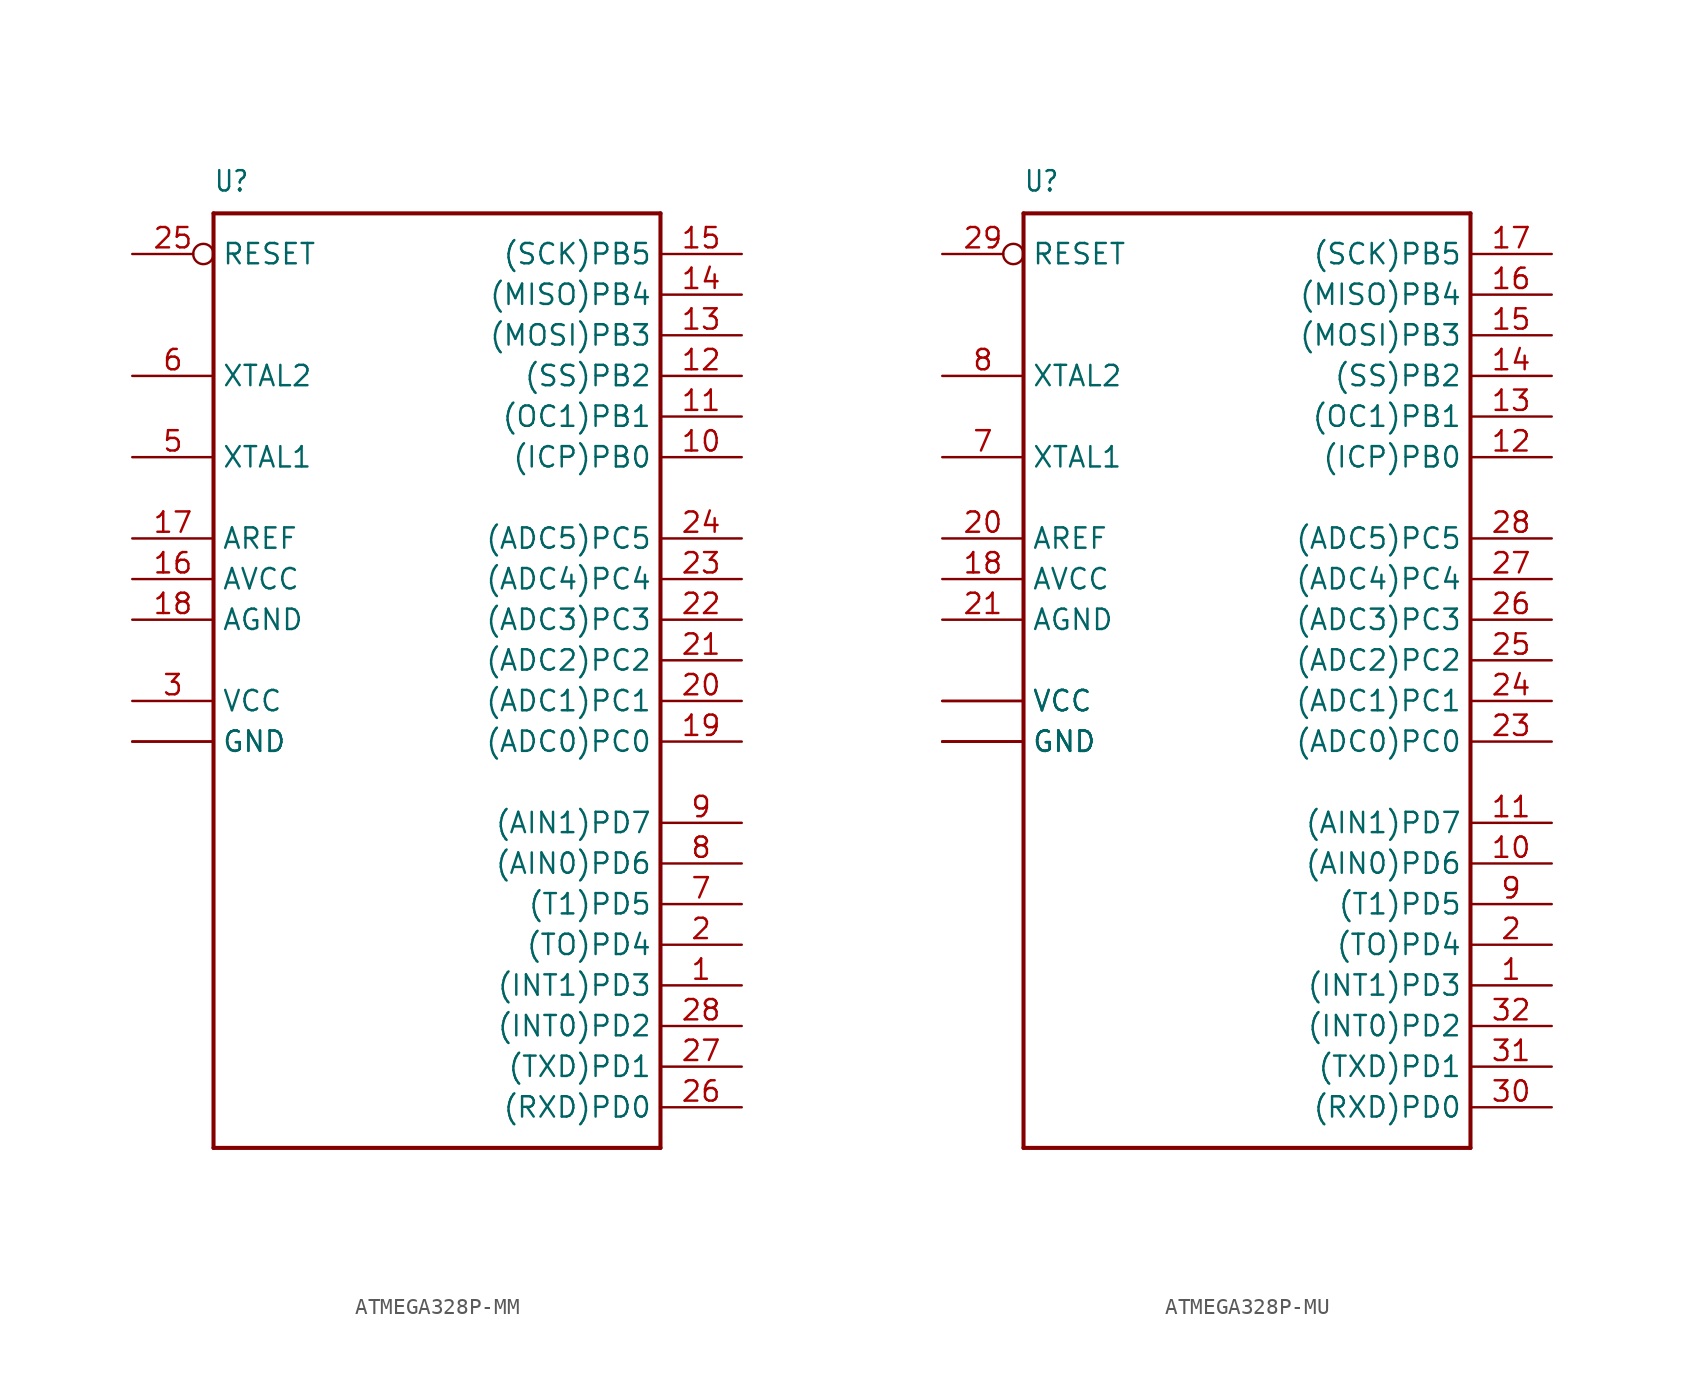
<source format=kicad_sym>
(kicad_symbol_lib
  (version 20220914)
  (generator kicad_symbol_editor)
  (symbol "ATMEGA328P-MM"
    (property "Reference" "U"
      (at -15.24 29.21 0)
      (effects (font (size 1.27 1.079)) (justify left bottom)))
    (property "Value" ""
      (at -15.24 -33.02 0)
      (effects (font (size 1.27 1.079)) (justify left bottom)))
    (property "ki_locked" ""
      (at 0 0 0)
      (effects (font (size 1.27 1.27))))
    (symbol "ATMEGA328P-MM_1_0"
      (polyline (pts (xy -15.24 -30.48) (xy -15.24 27.94)) (stroke (width 0.254) (type solid)) (fill (type none)))
      (polyline (pts (xy -15.24 27.94) (xy 12.7 27.94)) (stroke (width 0.254) (type solid)) (fill (type none)))
      (polyline (pts (xy 12.7 -30.48) (xy -15.24 -30.48)) (stroke (width 0.254) (type solid)) (fill (type none)))
      (polyline (pts (xy 12.7 27.94) (xy 12.7 -30.48)) (stroke (width 0.254) (type solid)) (fill (type none)))
      (pin bidirectional line (at 17.78 -20.32 180) (length 5.08) (name "(INT1)PD3" (effects (font (size 1.27 1.27)))) (number "1" (effects (font (size 1.27 1.27)))))
      (pin bidirectional line (at 17.78 12.7 180) (length 5.08) (name "(ICP)PB0" (effects (font (size 1.27 1.27)))) (number "10" (effects (font (size 1.27 1.27)))))
      (pin bidirectional line (at 17.78 15.24 180) (length 5.08) (name "(OC1)PB1" (effects (font (size 1.27 1.27)))) (number "11" (effects (font (size 1.27 1.27)))))
      (pin bidirectional line (at 17.78 17.78 180) (length 5.08) (name "(SS)PB2" (effects (font (size 1.27 1.27)))) (number "12" (effects (font (size 1.27 1.27)))))
      (pin bidirectional line (at 17.78 20.32 180) (length 5.08) (name "(MOSI)PB3" (effects (font (size 1.27 1.27)))) (number "13" (effects (font (size 1.27 1.27)))))
      (pin bidirectional line (at 17.78 22.86 180) (length 5.08) (name "(MISO)PB4" (effects (font (size 1.27 1.27)))) (number "14" (effects (font (size 1.27 1.27)))))
      (pin bidirectional line (at 17.78 25.4 180) (length 5.08) (name "(SCK)PB5" (effects (font (size 1.27 1.27)))) (number "15" (effects (font (size 1.27 1.27)))))
      (pin power_in line (at -20.32 5.08 0) (length 5.08) (name "AVCC" (effects (font (size 1.27 1.27)))) (number "16" (effects (font (size 1.27 1.27)))))
      (pin power_in line (at -20.32 7.62 0) (length 5.08) (name "AREF" (effects (font (size 1.27 1.27)))) (number "17" (effects (font (size 1.27 1.27)))))
      (pin power_in line (at -20.32 2.54 0) (length 5.08) (name "AGND" (effects (font (size 1.27 1.27)))) (number "18" (effects (font (size 1.27 1.27)))))
      (pin bidirectional line (at 17.78 -5.08 180) (length 5.08) (name "(ADC0)PC0" (effects (font (size 1.27 1.27)))) (number "19" (effects (font (size 1.27 1.27)))))
      (pin bidirectional line (at 17.78 -17.78 180) (length 5.08) (name "(TO)PD4" (effects (font (size 1.27 1.27)))) (number "2" (effects (font (size 1.27 1.27)))))
      (pin bidirectional line (at 17.78 -2.54 180) (length 5.08) (name "(ADC1)PC1" (effects (font (size 1.27 1.27)))) (number "20" (effects (font (size 1.27 1.27)))))
      (pin bidirectional line (at 17.78 0 180) (length 5.08) (name "(ADC2)PC2" (effects (font (size 1.27 1.27)))) (number "21" (effects (font (size 1.27 1.27)))))
      (pin bidirectional line (at 17.78 2.54 180) (length 5.08) (name "(ADC3)PC3" (effects (font (size 1.27 1.27)))) (number "22" (effects (font (size 1.27 1.27)))))
      (pin bidirectional line (at 17.78 5.08 180) (length 5.08) (name "(ADC4)PC4" (effects (font (size 1.27 1.27)))) (number "23" (effects (font (size 1.27 1.27)))))
      (pin bidirectional line (at 17.78 7.62 180) (length 5.08) (name "(ADC5)PC5" (effects (font (size 1.27 1.27)))) (number "24" (effects (font (size 1.27 1.27)))))
      (pin bidirectional inverted (at -20.32 25.4 0) (length 5.08) (name "RESET" (effects (font (size 1.27 1.27)))) (number "25" (effects (font (size 1.27 1.27)))))
      (pin bidirectional line (at 17.78 -27.94 180) (length 5.08) (name "(RXD)PD0" (effects (font (size 1.27 1.27)))) (number "26" (effects (font (size 1.27 1.27)))))
      (pin bidirectional line (at 17.78 -25.4 180) (length 5.08) (name "(TXD)PD1" (effects (font (size 1.27 1.27)))) (number "27" (effects (font (size 1.27 1.27)))))
      (pin bidirectional line (at 17.78 -22.86 180) (length 5.08) (name "(INT0)PD2" (effects (font (size 1.27 1.27)))) (number "28" (effects (font (size 1.27 1.27)))))
      (pin power_in line (at -20.32 -5.08 0) (length 5.08) (name "GND" (effects (font (size 1.27 1.27)))) (number "29" (effects (font (size 0 0)))))
      (pin power_in line (at -20.32 -2.54 0) (length 5.08) (name "VCC" (effects (font (size 1.27 1.27)))) (number "3" (effects (font (size 1.27 1.27)))))
      (pin power_in line (at -20.32 -5.08 0) (length 5.08) (name "GND" (effects (font (size 1.27 1.27)))) (number "4" (effects (font (size 0 0)))))
      (pin bidirectional line (at -20.32 12.7 0) (length 5.08) (name "XTAL1" (effects (font (size 1.27 1.27)))) (number "5" (effects (font (size 1.27 1.27)))))
      (pin bidirectional line (at -20.32 17.78 0) (length 5.08) (name "XTAL2" (effects (font (size 1.27 1.27)))) (number "6" (effects (font (size 1.27 1.27)))))
      (pin bidirectional line (at 17.78 -15.24 180) (length 5.08) (name "(T1)PD5" (effects (font (size 1.27 1.27)))) (number "7" (effects (font (size 1.27 1.27)))))
      (pin bidirectional line (at 17.78 -12.7 180) (length 5.08) (name "(AIN0)PD6" (effects (font (size 1.27 1.27)))) (number "8" (effects (font (size 1.27 1.27)))))
      (pin bidirectional line (at 17.78 -10.16 180) (length 5.08) (name "(AIN1)PD7" (effects (font (size 1.27 1.27)))) (number "9" (effects (font (size 1.27 1.27)))))))
  (symbol "ATMEGA328P-MU"
    (property "Reference" "U"
      (at -15.24 29.21 0)
      (effects (font (size 1.27 1.079)) (justify left bottom)))
    (property "Value" ""
      (at -15.24 -33.02 0)
      (effects (font (size 1.27 1.079)) (justify left bottom)))
    (property "ki_locked" ""
      (at 0 0 0)
      (effects (font (size 1.27 1.27))))
    (symbol "ATMEGA328P-MU_1_0"
      (polyline (pts (xy -15.24 -30.48) (xy -15.24 27.94)) (stroke (width 0.254) (type solid)) (fill (type none)))
      (polyline (pts (xy -15.24 27.94) (xy 12.7 27.94)) (stroke (width 0.254) (type solid)) (fill (type none)))
      (polyline (pts (xy 12.7 -30.48) (xy -15.24 -30.48)) (stroke (width 0.254) (type solid)) (fill (type none)))
      (polyline (pts (xy 12.7 27.94) (xy 12.7 -30.48)) (stroke (width 0.254) (type solid)) (fill (type none)))
      (pin bidirectional line (at 17.78 -20.32 180) (length 5.08) (name "(INT1)PD3" (effects (font (size 1.27 1.27)))) (number "1" (effects (font (size 1.27 1.27)))))
      (pin bidirectional line (at 17.78 -12.7 180) (length 5.08) (name "(AIN0)PD6" (effects (font (size 1.27 1.27)))) (number "10" (effects (font (size 1.27 1.27)))))
      (pin bidirectional line (at 17.78 -10.16 180) (length 5.08) (name "(AIN1)PD7" (effects (font (size 1.27 1.27)))) (number "11" (effects (font (size 1.27 1.27)))))
      (pin bidirectional line (at 17.78 12.7 180) (length 5.08) (name "(ICP)PB0" (effects (font (size 1.27 1.27)))) (number "12" (effects (font (size 1.27 1.27)))))
      (pin bidirectional line (at 17.78 15.24 180) (length 5.08) (name "(OC1)PB1" (effects (font (size 1.27 1.27)))) (number "13" (effects (font (size 1.27 1.27)))))
      (pin bidirectional line (at 17.78 17.78 180) (length 5.08) (name "(SS)PB2" (effects (font (size 1.27 1.27)))) (number "14" (effects (font (size 1.27 1.27)))))
      (pin bidirectional line (at 17.78 20.32 180) (length 5.08) (name "(MOSI)PB3" (effects (font (size 1.27 1.27)))) (number "15" (effects (font (size 1.27 1.27)))))
      (pin bidirectional line (at 17.78 22.86 180) (length 5.08) (name "(MISO)PB4" (effects (font (size 1.27 1.27)))) (number "16" (effects (font (size 1.27 1.27)))))
      (pin bidirectional line (at 17.78 25.4 180) (length 5.08) (name "(SCK)PB5" (effects (font (size 1.27 1.27)))) (number "17" (effects (font (size 1.27 1.27)))))
      (pin power_in line (at -20.32 5.08 0) (length 5.08) (name "AVCC" (effects (font (size 1.27 1.27)))) (number "18" (effects (font (size 1.27 1.27)))))
      (pin bidirectional line (at 17.78 -17.78 180) (length 5.08) (name "(TO)PD4" (effects (font (size 1.27 1.27)))) (number "2" (effects (font (size 1.27 1.27)))))
      (pin power_in line (at -20.32 7.62 0) (length 5.08) (name "AREF" (effects (font (size 1.27 1.27)))) (number "20" (effects (font (size 1.27 1.27)))))
      (pin power_in line (at -20.32 2.54 0) (length 5.08) (name "AGND" (effects (font (size 1.27 1.27)))) (number "21" (effects (font (size 1.27 1.27)))))
      (pin bidirectional line (at 17.78 -5.08 180) (length 5.08) (name "(ADC0)PC0" (effects (font (size 1.27 1.27)))) (number "23" (effects (font (size 1.27 1.27)))))
      (pin bidirectional line (at 17.78 -2.54 180) (length 5.08) (name "(ADC1)PC1" (effects (font (size 1.27 1.27)))) (number "24" (effects (font (size 1.27 1.27)))))
      (pin bidirectional line (at 17.78 0 180) (length 5.08) (name "(ADC2)PC2" (effects (font (size 1.27 1.27)))) (number "25" (effects (font (size 1.27 1.27)))))
      (pin bidirectional line (at 17.78 2.54 180) (length 5.08) (name "(ADC3)PC3" (effects (font (size 1.27 1.27)))) (number "26" (effects (font (size 1.27 1.27)))))
      (pin bidirectional line (at 17.78 5.08 180) (length 5.08) (name "(ADC4)PC4" (effects (font (size 1.27 1.27)))) (number "27" (effects (font (size 1.27 1.27)))))
      (pin bidirectional line (at 17.78 7.62 180) (length 5.08) (name "(ADC5)PC5" (effects (font (size 1.27 1.27)))) (number "28" (effects (font (size 1.27 1.27)))))
      (pin bidirectional inverted (at -20.32 25.4 0) (length 5.08) (name "RESET" (effects (font (size 1.27 1.27)))) (number "29" (effects (font (size 1.27 1.27)))))
      (pin power_in line (at -20.32 -5.08 0) (length 5.08) (name "GND" (effects (font (size 1.27 1.27)))) (number "3" (effects (font (size 0 0)))))
      (pin bidirectional line (at 17.78 -27.94 180) (length 5.08) (name "(RXD)PD0" (effects (font (size 1.27 1.27)))) (number "30" (effects (font (size 1.27 1.27)))))
      (pin bidirectional line (at 17.78 -25.4 180) (length 5.08) (name "(TXD)PD1" (effects (font (size 1.27 1.27)))) (number "31" (effects (font (size 1.27 1.27)))))
      (pin bidirectional line (at 17.78 -22.86 180) (length 5.08) (name "(INT0)PD2" (effects (font (size 1.27 1.27)))) (number "32" (effects (font (size 1.27 1.27)))))
      (pin power_in line (at -20.32 -2.54 0) (length 5.08) (name "VCC" (effects (font (size 1.27 1.27)))) (number "4" (effects (font (size 0 0)))))
      (pin power_in line (at -20.32 -5.08 0) (length 5.08) (name "GND" (effects (font (size 1.27 1.27)))) (number "5" (effects (font (size 0 0)))))
      (pin power_in line (at -20.32 -2.54 0) (length 5.08) (name "VCC" (effects (font (size 1.27 1.27)))) (number "6" (effects (font (size 0 0)))))
      (pin bidirectional line (at -20.32 12.7 0) (length 5.08) (name "XTAL1" (effects (font (size 1.27 1.27)))) (number "7" (effects (font (size 1.27 1.27)))))
      (pin bidirectional line (at -20.32 17.78 0) (length 5.08) (name "XTAL2" (effects (font (size 1.27 1.27)))) (number "8" (effects (font (size 1.27 1.27)))))
      (pin bidirectional line (at 17.78 -15.24 180) (length 5.08) (name "(T1)PD5" (effects (font (size 1.27 1.27)))) (number "9" (effects (font (size 1.27 1.27)))))
      (pin power_in line (at -20.32 -5.08 0) (length 5.08) (name "GND" (effects (font (size 1.27 1.27)))) (number "TH" (effects (font (size 0 0))))))))
</source>
